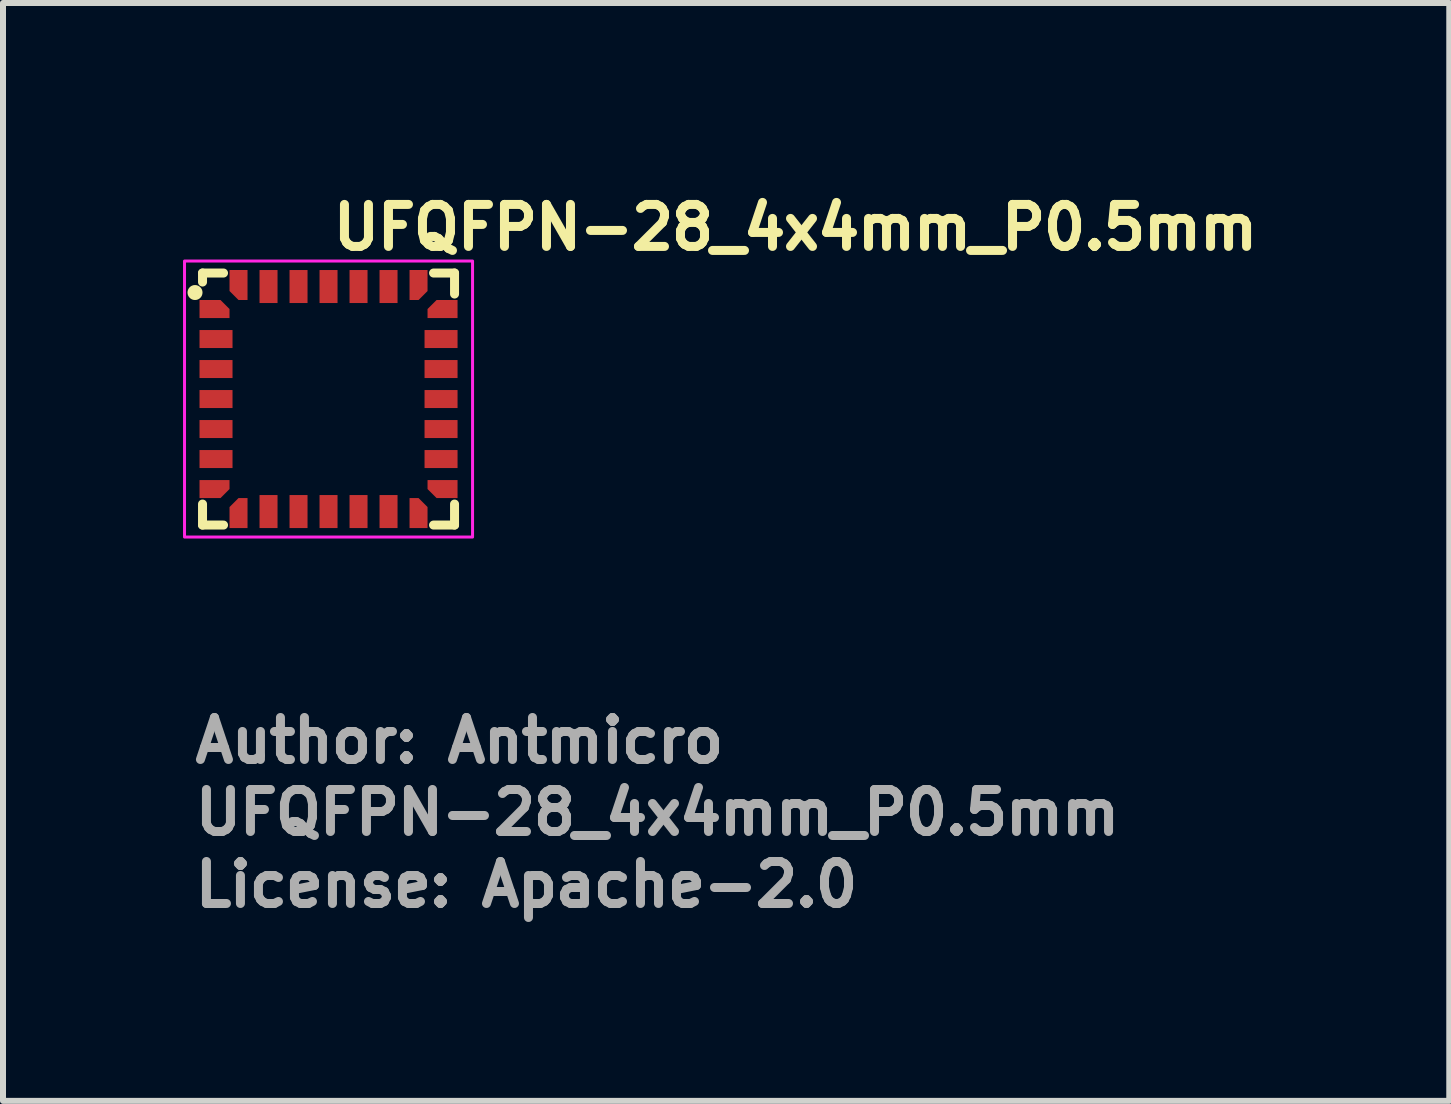
<source format=kicad_pcb>
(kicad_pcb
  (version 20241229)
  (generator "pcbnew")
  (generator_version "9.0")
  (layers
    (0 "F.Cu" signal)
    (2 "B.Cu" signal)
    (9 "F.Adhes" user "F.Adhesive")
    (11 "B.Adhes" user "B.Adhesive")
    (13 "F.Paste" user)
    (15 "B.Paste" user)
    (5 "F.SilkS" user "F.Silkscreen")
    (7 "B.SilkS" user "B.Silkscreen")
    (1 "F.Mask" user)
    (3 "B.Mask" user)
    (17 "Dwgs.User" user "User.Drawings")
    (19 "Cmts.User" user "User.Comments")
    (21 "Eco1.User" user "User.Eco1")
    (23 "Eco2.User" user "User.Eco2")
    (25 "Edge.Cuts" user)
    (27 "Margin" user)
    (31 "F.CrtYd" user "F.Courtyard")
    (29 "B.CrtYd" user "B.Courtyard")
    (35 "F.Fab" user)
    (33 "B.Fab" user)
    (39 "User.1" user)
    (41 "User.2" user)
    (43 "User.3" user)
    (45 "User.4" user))
  (footprint "UFQFPN-28_4x4mm_P0.5mm"
    (layer "F.Cu")
    (at 2.425 3.6)
    (property "Reference" "UFQFPN-28_4x4mm_P0.5mm" (at 0 -2.45 0) (layer "F.SilkS") (effects (font (size 0.7 0.7) (thickness 0.15)) (justify left bottom)))
    (attr smd)
    (fp_line (start -2.1 -2.1) (end -1.75 -2.1) (stroke (width 0.15) (type solid)) (layer "F.SilkS"))
    (fp_line (start -2.1 -1.95) (end -2.1 -2.1) (stroke (width 0.15) (type solid)) (layer "F.SilkS"))
    (fp_line (start -2.1 1.75) (end -2.1 2.1) (stroke (width 0.15) (type solid)) (layer "F.SilkS"))
    (fp_line (start -2.1 2.1) (end -1.75 2.1) (stroke (width 0.15) (type solid)) (layer "F.SilkS"))
    (fp_line (start 1.75 -2.1) (end 2.1 -2.1) (stroke (width 0.15) (type solid)) (layer "F.SilkS"))
    (fp_line (start 2.1 -2.1) (end 2.1 -1.75) (stroke (width 0.15) (type solid)) (layer "F.SilkS"))
    (fp_line (start 2.1 1.75) (end 2.1 2.1) (stroke (width 0.15) (type solid)) (layer "F.SilkS"))
    (fp_line (start 2.1 2.1) (end 1.75 2.1) (stroke (width 0.15) (type solid)) (layer "F.SilkS"))
    (fp_circle (center -2.225 -1.775) (end -2.175 -1.775) (stroke (width 0.15) (type solid)) (fill yes) (layer "F.SilkS"))
    (fp_rect (start -2.4 -2.3) (end 2.4 2.3) (stroke (width 0.05) (type solid)) (fill no) (layer "F.CrtYd"))
    (fp_rect (start -2 -2) (end 2 2) (stroke (width 0.1) (type solid)) (fill no) (layer "User.5"))
    (fp_line (start -2 -2) (end -2 2) (stroke (width 0.02) (type solid)) (layer "User.9"))
    (fp_line (start -2 2) (end 2 2) (stroke (width 0.02) (type solid)) (layer "User.9"))
    (fp_line (start 2 -2) (end -2 -2) (stroke (width 0.02) (type solid)) (layer "User.9"))
    (fp_line (start 2 2) (end 2 -2) (stroke (width 0.02) (type solid)) (layer "User.9"))
    (fp_text user "Author: Antmicro" (at -2.3 6.1 0) (layer "F.Fab") (effects (font (size 0.7 0.7) (thickness 0.15)) (justify left bottom)))
    (fp_text user "${REFERENCE}" (at -2.3 7.3 0) (layer "F.Fab") (effects (font (size 0.7 0.7) (thickness 0.15)) (justify left bottom)))
    (fp_text user "License: Apache-2.0" (at -2.3 8.5 0) (layer "F.Fab") (effects (font (size 0.7 0.7) (thickness 0.15)) (justify left bottom)))
    (pad "1" smd roundrect (at -1.9 -1.5) (size 0.5 0.3) (layers "F.Cu" "F.Mask" "F.Paste") (roundrect_rratio 0) (chamfer_ratio 0.5) (chamfer top_right))
    (pad "2" smd rect (at -1.875 -1) (size 0.55 0.3) (layers "F.Cu" "F.Mask" "F.Paste"))
    (pad "3" smd rect (at -1.875 -0.5) (size 0.55 0.3) (layers "F.Cu" "F.Mask" "F.Paste"))
    (pad "4" smd rect (at -1.875 0) (size 0.55 0.3) (layers "F.Cu" "F.Mask" "F.Paste"))
    (pad "5" smd rect (at -1.875 0.5) (size 0.55 0.3) (layers "F.Cu" "F.Mask" "F.Paste"))
    (pad "6" smd rect (at -1.875 1) (size 0.55 0.3) (layers "F.Cu" "F.Mask" "F.Paste"))
    (pad "7" smd roundrect (at -1.9 1.5) (size 0.5 0.3) (layers "F.Cu" "F.Mask" "F.Paste") (roundrect_rratio 0) (chamfer_ratio 0.5) (chamfer bottom_right))
    (pad "8" smd roundrect (at -1.5 1.9 90) (size 0.5 0.3) (layers "F.Cu" "F.Mask" "F.Paste") (roundrect_rratio 0) (chamfer_ratio 0.5) (chamfer top_right))
    (pad "9" smd rect (at -1 1.875 90) (size 0.55 0.3) (layers "F.Cu" "F.Mask" "F.Paste"))
    (pad "10" smd rect (at -0.5 1.875 90) (size 0.55 0.3) (layers "F.Cu" "F.Mask" "F.Paste"))
    (pad "11" smd rect (at 0 1.875 90) (size 0.55 0.3) (layers "F.Cu" "F.Mask" "F.Paste"))
    (pad "12" smd rect (at 0.5 1.875 90) (size 0.55 0.3) (layers "F.Cu" "F.Mask" "F.Paste"))
    (pad "13" smd rect (at 1 1.875 90) (size 0.55 0.3) (layers "F.Cu" "F.Mask" "F.Paste"))
    (pad "14" smd roundrect (at 1.5 1.9 90) (size 0.5 0.3) (layers "F.Cu" "F.Mask" "F.Paste") (roundrect_rratio 0) (chamfer_ratio 0.5) (chamfer bottom_right))
    (pad "15" smd roundrect (at 1.9 1.5 180) (size 0.5 0.3) (layers "F.Cu" "F.Mask" "F.Paste") (roundrect_rratio 0) (chamfer_ratio 0.5) (chamfer top_right))
    (pad "16" smd rect (at 1.875 1) (size 0.55 0.3) (layers "F.Cu" "F.Mask" "F.Paste"))
    (pad "17" smd rect (at 1.875 0.5) (size 0.55 0.3) (layers "F.Cu" "F.Mask" "F.Paste"))
    (pad "18" smd rect (at 1.875 0) (size 0.55 0.3) (layers "F.Cu" "F.Mask" "F.Paste"))
    (pad "19" smd rect (at 1.875 -0.5) (size 0.55 0.3) (layers "F.Cu" "F.Mask" "F.Paste"))
    (pad "20" smd rect (at 1.875 -1) (size 0.55 0.3) (layers "F.Cu" "F.Mask" "F.Paste"))
    (pad "21" smd roundrect (at 1.9 -1.5 180) (size 0.5 0.3) (layers "F.Cu" "F.Mask" "F.Paste") (roundrect_rratio 0) (chamfer_ratio 0.5) (chamfer bottom_right))
    (pad "22" smd roundrect (at 1.5 -1.9 270) (size 0.5 0.3) (layers "F.Cu" "F.Mask" "F.Paste") (roundrect_rratio 0) (chamfer_ratio 0.5) (chamfer top_right))
    (pad "23" smd rect (at 1 -1.875 90) (size 0.55 0.3) (layers "F.Cu" "F.Mask" "F.Paste"))
    (pad "24" smd rect (at 0.5 -1.875 90) (size 0.55 0.3) (layers "F.Cu" "F.Mask" "F.Paste"))
    (pad "25" smd rect (at 0 -1.875 90) (size 0.55 0.3) (layers "F.Cu" "F.Mask" "F.Paste"))
    (pad "26" smd rect (at -0.5 -1.875 90) (size 0.55 0.3) (layers "F.Cu" "F.Mask" "F.Paste"))
    (pad "27" smd rect (at -1 -1.875 90) (size 0.55 0.3) (layers "F.Cu" "F.Mask" "F.Paste"))
    (pad "28" smd roundrect (at -1.5 -1.9 270) (size 0.5 0.3) (layers "F.Cu" "F.Mask" "F.Paste") (roundrect_rratio 0) (chamfer_ratio 0.5) (chamfer bottom_right)))
  (gr_rect
    (start -3 -3)
    (end 21.102 15.296)
    (stroke (width 0.1) (type default))
    (fill no)
    (layer "Edge.Cuts")))
</source>
